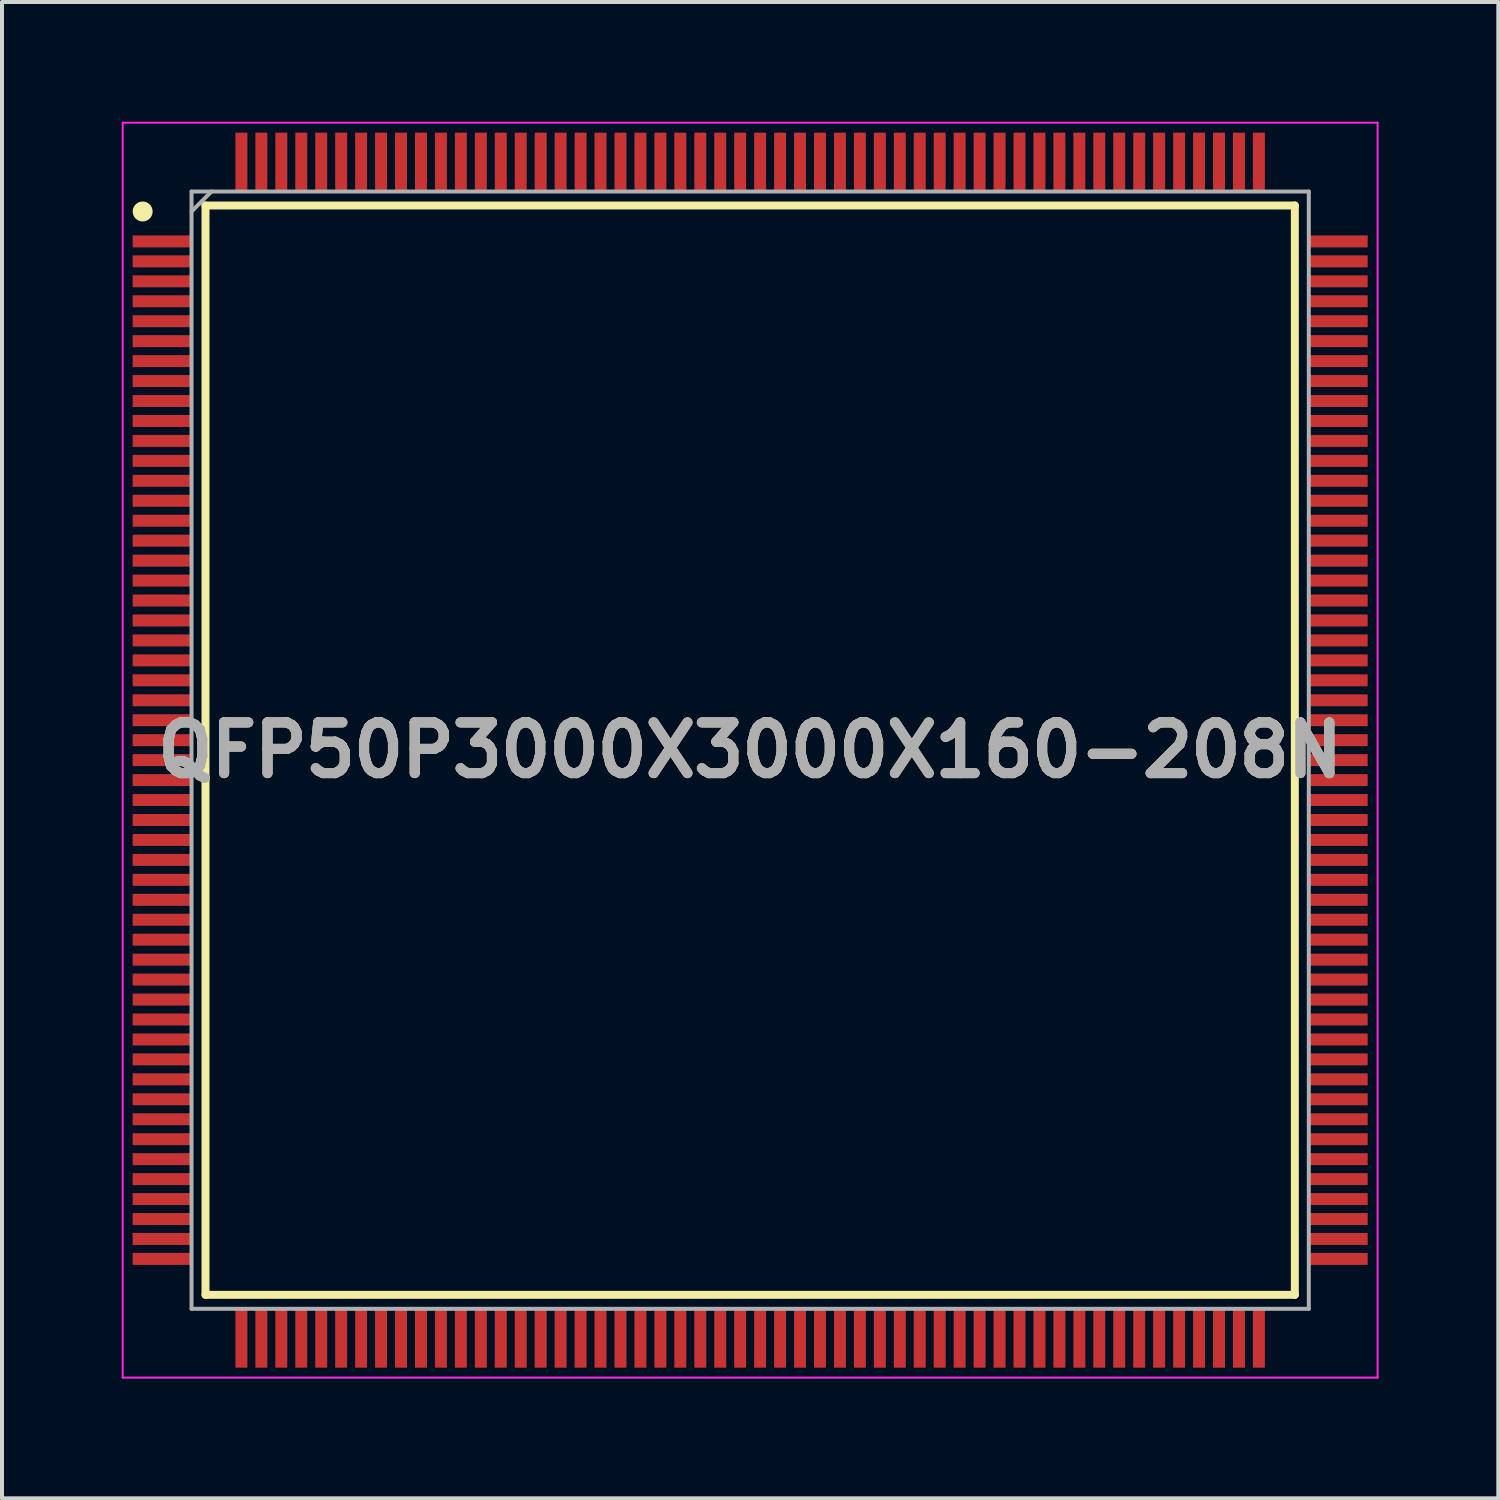
<source format=kicad_pcb>
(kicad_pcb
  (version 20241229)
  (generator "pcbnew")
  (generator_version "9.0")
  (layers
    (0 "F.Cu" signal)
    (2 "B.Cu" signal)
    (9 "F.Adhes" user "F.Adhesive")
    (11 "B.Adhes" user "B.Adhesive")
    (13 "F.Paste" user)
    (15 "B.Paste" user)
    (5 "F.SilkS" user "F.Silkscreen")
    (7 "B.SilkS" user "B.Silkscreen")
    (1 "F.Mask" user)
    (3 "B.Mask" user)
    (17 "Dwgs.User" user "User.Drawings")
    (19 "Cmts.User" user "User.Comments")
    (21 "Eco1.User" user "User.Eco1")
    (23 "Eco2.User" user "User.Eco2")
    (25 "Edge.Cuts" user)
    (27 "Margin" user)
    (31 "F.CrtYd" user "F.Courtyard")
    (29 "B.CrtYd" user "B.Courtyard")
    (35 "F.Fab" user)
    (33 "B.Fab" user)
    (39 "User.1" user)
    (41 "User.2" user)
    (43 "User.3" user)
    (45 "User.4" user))
  (footprint "QFP50P3000X3000X160-208N"
    (layer "F.Cu")
    (at 15.75 15.75)
    (property "Reference" "QFP50P3000X3000X160-208N" (at 0 0 0) (layer "F.SilkS") (effects (font (size 1.27 1.27) (thickness 0.254))))
    (attr smd)
    (fp_line (start -13.65 -13.65) (end 13.65 -13.65) (stroke (width 0.2) (type solid)) (layer "F.SilkS"))
    (fp_line (start -13.65 13.65) (end -13.65 -13.65) (stroke (width 0.2) (type solid)) (layer "F.SilkS"))
    (fp_line (start 13.65 -13.65) (end 13.65 13.65) (stroke (width 0.2) (type solid)) (layer "F.SilkS"))
    (fp_line (start 13.65 13.65) (end -13.65 13.65) (stroke (width 0.2) (type solid)) (layer "F.SilkS"))
    (fp_circle (center -15.225 -13.5) (end -15.225 -13.375) (stroke (width 0.25) (type solid)) (fill no) (layer "F.SilkS"))
    (fp_line (start -15.725 -15.725) (end 15.725 -15.725) (stroke (width 0.05) (type solid)) (layer "F.CrtYd"))
    (fp_line (start -15.725 15.725) (end -15.725 -15.725) (stroke (width 0.05) (type solid)) (layer "F.CrtYd"))
    (fp_line (start 15.725 -15.725) (end 15.725 15.725) (stroke (width 0.05) (type solid)) (layer "F.CrtYd"))
    (fp_line (start 15.725 15.725) (end -15.725 15.725) (stroke (width 0.05) (type solid)) (layer "F.CrtYd"))
    (fp_line (start -14 -14) (end 14 -14) (stroke (width 0.1) (type solid)) (layer "F.Fab"))
    (fp_line (start -14 -13.5) (end -13.5 -14) (stroke (width 0.1) (type solid)) (layer "F.Fab"))
    (fp_line (start -14 14) (end -14 -14) (stroke (width 0.1) (type solid)) (layer "F.Fab"))
    (fp_line (start 14 -14) (end 14 14) (stroke (width 0.1) (type solid)) (layer "F.Fab"))
    (fp_line (start 14 14) (end -14 14) (stroke (width 0.1) (type solid)) (layer "F.Fab"))
    (fp_text user "${REFERENCE}" (at 0 0 0) (layer "F.Fab") (effects (font (size 1.27 1.27) (thickness 0.254))))
    (pad "1" smd rect (at -14.738 -12.75 90) (size 0.3 1.475) (layers "F.Cu" "F.Mask" "F.Paste"))
    (pad "2" smd rect (at -14.738 -12.25 90) (size 0.3 1.475) (layers "F.Cu" "F.Mask" "F.Paste"))
    (pad "3" smd rect (at -14.738 -11.75 90) (size 0.3 1.475) (layers "F.Cu" "F.Mask" "F.Paste"))
    (pad "4" smd rect (at -14.738 -11.25 90) (size 0.3 1.475) (layers "F.Cu" "F.Mask" "F.Paste"))
    (pad "5" smd rect (at -14.738 -10.75 90) (size 0.3 1.475) (layers "F.Cu" "F.Mask" "F.Paste"))
    (pad "6" smd rect (at -14.738 -10.25 90) (size 0.3 1.475) (layers "F.Cu" "F.Mask" "F.Paste"))
    (pad "7" smd rect (at -14.738 -9.75 90) (size 0.3 1.475) (layers "F.Cu" "F.Mask" "F.Paste"))
    (pad "8" smd rect (at -14.738 -9.25 90) (size 0.3 1.475) (layers "F.Cu" "F.Mask" "F.Paste"))
    (pad "9" smd rect (at -14.738 -8.75 90) (size 0.3 1.475) (layers "F.Cu" "F.Mask" "F.Paste"))
    (pad "10" smd rect (at -14.738 -8.25 90) (size 0.3 1.475) (layers "F.Cu" "F.Mask" "F.Paste"))
    (pad "11" smd rect (at -14.738 -7.75 90) (size 0.3 1.475) (layers "F.Cu" "F.Mask" "F.Paste"))
    (pad "12" smd rect (at -14.738 -7.25 90) (size 0.3 1.475) (layers "F.Cu" "F.Mask" "F.Paste"))
    (pad "13" smd rect (at -14.738 -6.75 90) (size 0.3 1.475) (layers "F.Cu" "F.Mask" "F.Paste"))
    (pad "14" smd rect (at -14.738 -6.25 90) (size 0.3 1.475) (layers "F.Cu" "F.Mask" "F.Paste"))
    (pad "15" smd rect (at -14.738 -5.75 90) (size 0.3 1.475) (layers "F.Cu" "F.Mask" "F.Paste"))
    (pad "16" smd rect (at -14.738 -5.25 90) (size 0.3 1.475) (layers "F.Cu" "F.Mask" "F.Paste"))
    (pad "17" smd rect (at -14.738 -4.75 90) (size 0.3 1.475) (layers "F.Cu" "F.Mask" "F.Paste"))
    (pad "18" smd rect (at -14.738 -4.25 90) (size 0.3 1.475) (layers "F.Cu" "F.Mask" "F.Paste"))
    (pad "19" smd rect (at -14.738 -3.75 90) (size 0.3 1.475) (layers "F.Cu" "F.Mask" "F.Paste"))
    (pad "20" smd rect (at -14.738 -3.25 90) (size 0.3 1.475) (layers "F.Cu" "F.Mask" "F.Paste"))
    (pad "21" smd rect (at -14.738 -2.75 90) (size 0.3 1.475) (layers "F.Cu" "F.Mask" "F.Paste"))
    (pad "22" smd rect (at -14.738 -2.25 90) (size 0.3 1.475) (layers "F.Cu" "F.Mask" "F.Paste"))
    (pad "23" smd rect (at -14.738 -1.75 90) (size 0.3 1.475) (layers "F.Cu" "F.Mask" "F.Paste"))
    (pad "24" smd rect (at -14.738 -1.25 90) (size 0.3 1.475) (layers "F.Cu" "F.Mask" "F.Paste"))
    (pad "25" smd rect (at -14.738 -0.75 90) (size 0.3 1.475) (layers "F.Cu" "F.Mask" "F.Paste"))
    (pad "26" smd rect (at -14.738 -0.25 90) (size 0.3 1.475) (layers "F.Cu" "F.Mask" "F.Paste"))
    (pad "27" smd rect (at -14.738 0.25 90) (size 0.3 1.475) (layers "F.Cu" "F.Mask" "F.Paste"))
    (pad "28" smd rect (at -14.738 0.75 90) (size 0.3 1.475) (layers "F.Cu" "F.Mask" "F.Paste"))
    (pad "29" smd rect (at -14.738 1.25 90) (size 0.3 1.475) (layers "F.Cu" "F.Mask" "F.Paste"))
    (pad "30" smd rect (at -14.738 1.75 90) (size 0.3 1.475) (layers "F.Cu" "F.Mask" "F.Paste"))
    (pad "31" smd rect (at -14.738 2.25 90) (size 0.3 1.475) (layers "F.Cu" "F.Mask" "F.Paste"))
    (pad "32" smd rect (at -14.738 2.75 90) (size 0.3 1.475) (layers "F.Cu" "F.Mask" "F.Paste"))
    (pad "33" smd rect (at -14.738 3.25 90) (size 0.3 1.475) (layers "F.Cu" "F.Mask" "F.Paste"))
    (pad "34" smd rect (at -14.738 3.75 90) (size 0.3 1.475) (layers "F.Cu" "F.Mask" "F.Paste"))
    (pad "35" smd rect (at -14.738 4.25 90) (size 0.3 1.475) (layers "F.Cu" "F.Mask" "F.Paste"))
    (pad "36" smd rect (at -14.738 4.75 90) (size 0.3 1.475) (layers "F.Cu" "F.Mask" "F.Paste"))
    (pad "37" smd rect (at -14.738 5.25 90) (size 0.3 1.475) (layers "F.Cu" "F.Mask" "F.Paste"))
    (pad "38" smd rect (at -14.738 5.75 90) (size 0.3 1.475) (layers "F.Cu" "F.Mask" "F.Paste"))
    (pad "39" smd rect (at -14.738 6.25 90) (size 0.3 1.475) (layers "F.Cu" "F.Mask" "F.Paste"))
    (pad "40" smd rect (at -14.738 6.75 90) (size 0.3 1.475) (layers "F.Cu" "F.Mask" "F.Paste"))
    (pad "41" smd rect (at -14.738 7.25 90) (size 0.3 1.475) (layers "F.Cu" "F.Mask" "F.Paste"))
    (pad "42" smd rect (at -14.738 7.75 90) (size 0.3 1.475) (layers "F.Cu" "F.Mask" "F.Paste"))
    (pad "43" smd rect (at -14.738 8.25 90) (size 0.3 1.475) (layers "F.Cu" "F.Mask" "F.Paste"))
    (pad "44" smd rect (at -14.738 8.75 90) (size 0.3 1.475) (layers "F.Cu" "F.Mask" "F.Paste"))
    (pad "45" smd rect (at -14.738 9.25 90) (size 0.3 1.475) (layers "F.Cu" "F.Mask" "F.Paste"))
    (pad "46" smd rect (at -14.738 9.75 90) (size 0.3 1.475) (layers "F.Cu" "F.Mask" "F.Paste"))
    (pad "47" smd rect (at -14.738 10.25 90) (size 0.3 1.475) (layers "F.Cu" "F.Mask" "F.Paste"))
    (pad "48" smd rect (at -14.738 10.75 90) (size 0.3 1.475) (layers "F.Cu" "F.Mask" "F.Paste"))
    (pad "49" smd rect (at -14.738 11.25 90) (size 0.3 1.475) (layers "F.Cu" "F.Mask" "F.Paste"))
    (pad "50" smd rect (at -14.738 11.75 90) (size 0.3 1.475) (layers "F.Cu" "F.Mask" "F.Paste"))
    (pad "51" smd rect (at -14.738 12.25 90) (size 0.3 1.475) (layers "F.Cu" "F.Mask" "F.Paste"))
    (pad "52" smd rect (at -14.738 12.75 90) (size 0.3 1.475) (layers "F.Cu" "F.Mask" "F.Paste"))
    (pad "53" smd rect (at -12.75 14.738) (size 0.3 1.475) (layers "F.Cu" "F.Mask" "F.Paste"))
    (pad "54" smd rect (at -12.25 14.738) (size 0.3 1.475) (layers "F.Cu" "F.Mask" "F.Paste"))
    (pad "55" smd rect (at -11.75 14.738) (size 0.3 1.475) (layers "F.Cu" "F.Mask" "F.Paste"))
    (pad "56" smd rect (at -11.25 14.738) (size 0.3 1.475) (layers "F.Cu" "F.Mask" "F.Paste"))
    (pad "57" smd rect (at -10.75 14.738) (size 0.3 1.475) (layers "F.Cu" "F.Mask" "F.Paste"))
    (pad "58" smd rect (at -10.25 14.738) (size 0.3 1.475) (layers "F.Cu" "F.Mask" "F.Paste"))
    (pad "59" smd rect (at -9.75 14.738) (size 0.3 1.475) (layers "F.Cu" "F.Mask" "F.Paste"))
    (pad "60" smd rect (at -9.25 14.738) (size 0.3 1.475) (layers "F.Cu" "F.Mask" "F.Paste"))
    (pad "61" smd rect (at -8.75 14.738) (size 0.3 1.475) (layers "F.Cu" "F.Mask" "F.Paste"))
    (pad "62" smd rect (at -8.25 14.738) (size 0.3 1.475) (layers "F.Cu" "F.Mask" "F.Paste"))
    (pad "63" smd rect (at -7.75 14.738) (size 0.3 1.475) (layers "F.Cu" "F.Mask" "F.Paste"))
    (pad "64" smd rect (at -7.25 14.738) (size 0.3 1.475) (layers "F.Cu" "F.Mask" "F.Paste"))
    (pad "65" smd rect (at -6.75 14.738) (size 0.3 1.475) (layers "F.Cu" "F.Mask" "F.Paste"))
    (pad "66" smd rect (at -6.25 14.738) (size 0.3 1.475) (layers "F.Cu" "F.Mask" "F.Paste"))
    (pad "67" smd rect (at -5.75 14.738) (size 0.3 1.475) (layers "F.Cu" "F.Mask" "F.Paste"))
    (pad "68" smd rect (at -5.25 14.738) (size 0.3 1.475) (layers "F.Cu" "F.Mask" "F.Paste"))
    (pad "69" smd rect (at -4.75 14.738) (size 0.3 1.475) (layers "F.Cu" "F.Mask" "F.Paste"))
    (pad "70" smd rect (at -4.25 14.738) (size 0.3 1.475) (layers "F.Cu" "F.Mask" "F.Paste"))
    (pad "71" smd rect (at -3.75 14.738) (size 0.3 1.475) (layers "F.Cu" "F.Mask" "F.Paste"))
    (pad "72" smd rect (at -3.25 14.738) (size 0.3 1.475) (layers "F.Cu" "F.Mask" "F.Paste"))
    (pad "73" smd rect (at -2.75 14.738) (size 0.3 1.475) (layers "F.Cu" "F.Mask" "F.Paste"))
    (pad "74" smd rect (at -2.25 14.738) (size 0.3 1.475) (layers "F.Cu" "F.Mask" "F.Paste"))
    (pad "75" smd rect (at -1.75 14.738) (size 0.3 1.475) (layers "F.Cu" "F.Mask" "F.Paste"))
    (pad "76" smd rect (at -1.25 14.738) (size 0.3 1.475) (layers "F.Cu" "F.Mask" "F.Paste"))
    (pad "77" smd rect (at -0.75 14.738) (size 0.3 1.475) (layers "F.Cu" "F.Mask" "F.Paste"))
    (pad "78" smd rect (at -0.25 14.738) (size 0.3 1.475) (layers "F.Cu" "F.Mask" "F.Paste"))
    (pad "79" smd rect (at 0.25 14.738) (size 0.3 1.475) (layers "F.Cu" "F.Mask" "F.Paste"))
    (pad "80" smd rect (at 0.75 14.738) (size 0.3 1.475) (layers "F.Cu" "F.Mask" "F.Paste"))
    (pad "81" smd rect (at 1.25 14.738) (size 0.3 1.475) (layers "F.Cu" "F.Mask" "F.Paste"))
    (pad "82" smd rect (at 1.75 14.738) (size 0.3 1.475) (layers "F.Cu" "F.Mask" "F.Paste"))
    (pad "83" smd rect (at 2.25 14.738) (size 0.3 1.475) (layers "F.Cu" "F.Mask" "F.Paste"))
    (pad "84" smd rect (at 2.75 14.738) (size 0.3 1.475) (layers "F.Cu" "F.Mask" "F.Paste"))
    (pad "85" smd rect (at 3.25 14.738) (size 0.3 1.475) (layers "F.Cu" "F.Mask" "F.Paste"))
    (pad "86" smd rect (at 3.75 14.738) (size 0.3 1.475) (layers "F.Cu" "F.Mask" "F.Paste"))
    (pad "87" smd rect (at 4.25 14.738) (size 0.3 1.475) (layers "F.Cu" "F.Mask" "F.Paste"))
    (pad "88" smd rect (at 4.75 14.738) (size 0.3 1.475) (layers "F.Cu" "F.Mask" "F.Paste"))
    (pad "89" smd rect (at 5.25 14.738) (size 0.3 1.475) (layers "F.Cu" "F.Mask" "F.Paste"))
    (pad "90" smd rect (at 5.75 14.738) (size 0.3 1.475) (layers "F.Cu" "F.Mask" "F.Paste"))
    (pad "91" smd rect (at 6.25 14.738) (size 0.3 1.475) (layers "F.Cu" "F.Mask" "F.Paste"))
    (pad "92" smd rect (at 6.75 14.738) (size 0.3 1.475) (layers "F.Cu" "F.Mask" "F.Paste"))
    (pad "93" smd rect (at 7.25 14.738) (size 0.3 1.475) (layers "F.Cu" "F.Mask" "F.Paste"))
    (pad "94" smd rect (at 7.75 14.738) (size 0.3 1.475) (layers "F.Cu" "F.Mask" "F.Paste"))
    (pad "95" smd rect (at 8.25 14.738) (size 0.3 1.475) (layers "F.Cu" "F.Mask" "F.Paste"))
    (pad "96" smd rect (at 8.75 14.738) (size 0.3 1.475) (layers "F.Cu" "F.Mask" "F.Paste"))
    (pad "97" smd rect (at 9.25 14.738) (size 0.3 1.475) (layers "F.Cu" "F.Mask" "F.Paste"))
    (pad "98" smd rect (at 9.75 14.738) (size 0.3 1.475) (layers "F.Cu" "F.Mask" "F.Paste"))
    (pad "99" smd rect (at 10.25 14.738) (size 0.3 1.475) (layers "F.Cu" "F.Mask" "F.Paste"))
    (pad "100" smd rect (at 10.75 14.738) (size 0.3 1.475) (layers "F.Cu" "F.Mask" "F.Paste"))
    (pad "101" smd rect (at 11.25 14.738) (size 0.3 1.475) (layers "F.Cu" "F.Mask" "F.Paste"))
    (pad "102" smd rect (at 11.75 14.738) (size 0.3 1.475) (layers "F.Cu" "F.Mask" "F.Paste"))
    (pad "103" smd rect (at 12.25 14.738) (size 0.3 1.475) (layers "F.Cu" "F.Mask" "F.Paste"))
    (pad "104" smd rect (at 12.75 14.738) (size 0.3 1.475) (layers "F.Cu" "F.Mask" "F.Paste"))
    (pad "105" smd rect (at 14.738 12.75 90) (size 0.3 1.475) (layers "F.Cu" "F.Mask" "F.Paste"))
    (pad "106" smd rect (at 14.738 12.25 90) (size 0.3 1.475) (layers "F.Cu" "F.Mask" "F.Paste"))
    (pad "107" smd rect (at 14.738 11.75 90) (size 0.3 1.475) (layers "F.Cu" "F.Mask" "F.Paste"))
    (pad "108" smd rect (at 14.738 11.25 90) (size 0.3 1.475) (layers "F.Cu" "F.Mask" "F.Paste"))
    (pad "109" smd rect (at 14.738 10.75 90) (size 0.3 1.475) (layers "F.Cu" "F.Mask" "F.Paste"))
    (pad "110" smd rect (at 14.738 10.25 90) (size 0.3 1.475) (layers "F.Cu" "F.Mask" "F.Paste"))
    (pad "111" smd rect (at 14.738 9.75 90) (size 0.3 1.475) (layers "F.Cu" "F.Mask" "F.Paste"))
    (pad "112" smd rect (at 14.738 9.25 90) (size 0.3 1.475) (layers "F.Cu" "F.Mask" "F.Paste"))
    (pad "113" smd rect (at 14.738 8.75 90) (size 0.3 1.475) (layers "F.Cu" "F.Mask" "F.Paste"))
    (pad "114" smd rect (at 14.738 8.25 90) (size 0.3 1.475) (layers "F.Cu" "F.Mask" "F.Paste"))
    (pad "115" smd rect (at 14.738 7.75 90) (size 0.3 1.475) (layers "F.Cu" "F.Mask" "F.Paste"))
    (pad "116" smd rect (at 14.738 7.25 90) (size 0.3 1.475) (layers "F.Cu" "F.Mask" "F.Paste"))
    (pad "117" smd rect (at 14.738 6.75 90) (size 0.3 1.475) (layers "F.Cu" "F.Mask" "F.Paste"))
    (pad "118" smd rect (at 14.738 6.25 90) (size 0.3 1.475) (layers "F.Cu" "F.Mask" "F.Paste"))
    (pad "119" smd rect (at 14.738 5.75 90) (size 0.3 1.475) (layers "F.Cu" "F.Mask" "F.Paste"))
    (pad "120" smd rect (at 14.738 5.25 90) (size 0.3 1.475) (layers "F.Cu" "F.Mask" "F.Paste"))
    (pad "121" smd rect (at 14.738 4.75 90) (size 0.3 1.475) (layers "F.Cu" "F.Mask" "F.Paste"))
    (pad "122" smd rect (at 14.738 4.25 90) (size 0.3 1.475) (layers "F.Cu" "F.Mask" "F.Paste"))
    (pad "123" smd rect (at 14.738 3.75 90) (size 0.3 1.475) (layers "F.Cu" "F.Mask" "F.Paste"))
    (pad "124" smd rect (at 14.738 3.25 90) (size 0.3 1.475) (layers "F.Cu" "F.Mask" "F.Paste"))
    (pad "125" smd rect (at 14.738 2.75 90) (size 0.3 1.475) (layers "F.Cu" "F.Mask" "F.Paste"))
    (pad "126" smd rect (at 14.738 2.25 90) (size 0.3 1.475) (layers "F.Cu" "F.Mask" "F.Paste"))
    (pad "127" smd rect (at 14.738 1.75 90) (size 0.3 1.475) (layers "F.Cu" "F.Mask" "F.Paste"))
    (pad "128" smd rect (at 14.738 1.25 90) (size 0.3 1.475) (layers "F.Cu" "F.Mask" "F.Paste"))
    (pad "129" smd rect (at 14.738 0.75 90) (size 0.3 1.475) (layers "F.Cu" "F.Mask" "F.Paste"))
    (pad "130" smd rect (at 14.738 0.25 90) (size 0.3 1.475) (layers "F.Cu" "F.Mask" "F.Paste"))
    (pad "131" smd rect (at 14.738 -0.25 90) (size 0.3 1.475) (layers "F.Cu" "F.Mask" "F.Paste"))
    (pad "132" smd rect (at 14.738 -0.75 90) (size 0.3 1.475) (layers "F.Cu" "F.Mask" "F.Paste"))
    (pad "133" smd rect (at 14.738 -1.25 90) (size 0.3 1.475) (layers "F.Cu" "F.Mask" "F.Paste"))
    (pad "134" smd rect (at 14.738 -1.75 90) (size 0.3 1.475) (layers "F.Cu" "F.Mask" "F.Paste"))
    (pad "135" smd rect (at 14.738 -2.25 90) (size 0.3 1.475) (layers "F.Cu" "F.Mask" "F.Paste"))
    (pad "136" smd rect (at 14.738 -2.75 90) (size 0.3 1.475) (layers "F.Cu" "F.Mask" "F.Paste"))
    (pad "137" smd rect (at 14.738 -3.25 90) (size 0.3 1.475) (layers "F.Cu" "F.Mask" "F.Paste"))
    (pad "138" smd rect (at 14.738 -3.75 90) (size 0.3 1.475) (layers "F.Cu" "F.Mask" "F.Paste"))
    (pad "139" smd rect (at 14.738 -4.25 90) (size 0.3 1.475) (layers "F.Cu" "F.Mask" "F.Paste"))
    (pad "140" smd rect (at 14.738 -4.75 90) (size 0.3 1.475) (layers "F.Cu" "F.Mask" "F.Paste"))
    (pad "141" smd rect (at 14.738 -5.25 90) (size 0.3 1.475) (layers "F.Cu" "F.Mask" "F.Paste"))
    (pad "142" smd rect (at 14.738 -5.75 90) (size 0.3 1.475) (layers "F.Cu" "F.Mask" "F.Paste"))
    (pad "143" smd rect (at 14.738 -6.25 90) (size 0.3 1.475) (layers "F.Cu" "F.Mask" "F.Paste"))
    (pad "144" smd rect (at 14.738 -6.75 90) (size 0.3 1.475) (layers "F.Cu" "F.Mask" "F.Paste"))
    (pad "145" smd rect (at 14.738 -7.25 90) (size 0.3 1.475) (layers "F.Cu" "F.Mask" "F.Paste"))
    (pad "146" smd rect (at 14.738 -7.75 90) (size 0.3 1.475) (layers "F.Cu" "F.Mask" "F.Paste"))
    (pad "147" smd rect (at 14.738 -8.25 90) (size 0.3 1.475) (layers "F.Cu" "F.Mask" "F.Paste"))
    (pad "148" smd rect (at 14.738 -8.75 90) (size 0.3 1.475) (layers "F.Cu" "F.Mask" "F.Paste"))
    (pad "149" smd rect (at 14.738 -9.25 90) (size 0.3 1.475) (layers "F.Cu" "F.Mask" "F.Paste"))
    (pad "150" smd rect (at 14.738 -9.75 90) (size 0.3 1.475) (layers "F.Cu" "F.Mask" "F.Paste"))
    (pad "151" smd rect (at 14.738 -10.25 90) (size 0.3 1.475) (layers "F.Cu" "F.Mask" "F.Paste"))
    (pad "152" smd rect (at 14.738 -10.75 90) (size 0.3 1.475) (layers "F.Cu" "F.Mask" "F.Paste"))
    (pad "153" smd rect (at 14.738 -11.25 90) (size 0.3 1.475) (layers "F.Cu" "F.Mask" "F.Paste"))
    (pad "154" smd rect (at 14.738 -11.75 90) (size 0.3 1.475) (layers "F.Cu" "F.Mask" "F.Paste"))
    (pad "155" smd rect (at 14.738 -12.25 90) (size 0.3 1.475) (layers "F.Cu" "F.Mask" "F.Paste"))
    (pad "156" smd rect (at 14.738 -12.75 90) (size 0.3 1.475) (layers "F.Cu" "F.Mask" "F.Paste"))
    (pad "157" smd rect (at 12.75 -14.738) (size 0.3 1.475) (layers "F.Cu" "F.Mask" "F.Paste"))
    (pad "158" smd rect (at 12.25 -14.738) (size 0.3 1.475) (layers "F.Cu" "F.Mask" "F.Paste"))
    (pad "159" smd rect (at 11.75 -14.738) (size 0.3 1.475) (layers "F.Cu" "F.Mask" "F.Paste"))
    (pad "160" smd rect (at 11.25 -14.738) (size 0.3 1.475) (layers "F.Cu" "F.Mask" "F.Paste"))
    (pad "161" smd rect (at 10.75 -14.738) (size 0.3 1.475) (layers "F.Cu" "F.Mask" "F.Paste"))
    (pad "162" smd rect (at 10.25 -14.738) (size 0.3 1.475) (layers "F.Cu" "F.Mask" "F.Paste"))
    (pad "163" smd rect (at 9.75 -14.738) (size 0.3 1.475) (layers "F.Cu" "F.Mask" "F.Paste"))
    (pad "164" smd rect (at 9.25 -14.738) (size 0.3 1.475) (layers "F.Cu" "F.Mask" "F.Paste"))
    (pad "165" smd rect (at 8.75 -14.738) (size 0.3 1.475) (layers "F.Cu" "F.Mask" "F.Paste"))
    (pad "166" smd rect (at 8.25 -14.738) (size 0.3 1.475) (layers "F.Cu" "F.Mask" "F.Paste"))
    (pad "167" smd rect (at 7.75 -14.738) (size 0.3 1.475) (layers "F.Cu" "F.Mask" "F.Paste"))
    (pad "168" smd rect (at 7.25 -14.738) (size 0.3 1.475) (layers "F.Cu" "F.Mask" "F.Paste"))
    (pad "169" smd rect (at 6.75 -14.738) (size 0.3 1.475) (layers "F.Cu" "F.Mask" "F.Paste"))
    (pad "170" smd rect (at 6.25 -14.738) (size 0.3 1.475) (layers "F.Cu" "F.Mask" "F.Paste"))
    (pad "171" smd rect (at 5.75 -14.738) (size 0.3 1.475) (layers "F.Cu" "F.Mask" "F.Paste"))
    (pad "172" smd rect (at 5.25 -14.738) (size 0.3 1.475) (layers "F.Cu" "F.Mask" "F.Paste"))
    (pad "173" smd rect (at 4.75 -14.738) (size 0.3 1.475) (layers "F.Cu" "F.Mask" "F.Paste"))
    (pad "174" smd rect (at 4.25 -14.738) (size 0.3 1.475) (layers "F.Cu" "F.Mask" "F.Paste"))
    (pad "175" smd rect (at 3.75 -14.738) (size 0.3 1.475) (layers "F.Cu" "F.Mask" "F.Paste"))
    (pad "176" smd rect (at 3.25 -14.738) (size 0.3 1.475) (layers "F.Cu" "F.Mask" "F.Paste"))
    (pad "177" smd rect (at 2.75 -14.738) (size 0.3 1.475) (layers "F.Cu" "F.Mask" "F.Paste"))
    (pad "178" smd rect (at 2.25 -14.738) (size 0.3 1.475) (layers "F.Cu" "F.Mask" "F.Paste"))
    (pad "179" smd rect (at 1.75 -14.738) (size 0.3 1.475) (layers "F.Cu" "F.Mask" "F.Paste"))
    (pad "180" smd rect (at 1.25 -14.738) (size 0.3 1.475) (layers "F.Cu" "F.Mask" "F.Paste"))
    (pad "181" smd rect (at 0.75 -14.738) (size 0.3 1.475) (layers "F.Cu" "F.Mask" "F.Paste"))
    (pad "182" smd rect (at 0.25 -14.738) (size 0.3 1.475) (layers "F.Cu" "F.Mask" "F.Paste"))
    (pad "183" smd rect (at -0.25 -14.738) (size 0.3 1.475) (layers "F.Cu" "F.Mask" "F.Paste"))
    (pad "184" smd rect (at -0.75 -14.738) (size 0.3 1.475) (layers "F.Cu" "F.Mask" "F.Paste"))
    (pad "185" smd rect (at -1.25 -14.738) (size 0.3 1.475) (layers "F.Cu" "F.Mask" "F.Paste"))
    (pad "186" smd rect (at -1.75 -14.738) (size 0.3 1.475) (layers "F.Cu" "F.Mask" "F.Paste"))
    (pad "187" smd rect (at -2.25 -14.738) (size 0.3 1.475) (layers "F.Cu" "F.Mask" "F.Paste"))
    (pad "188" smd rect (at -2.75 -14.738) (size 0.3 1.475) (layers "F.Cu" "F.Mask" "F.Paste"))
    (pad "189" smd rect (at -3.25 -14.738) (size 0.3 1.475) (layers "F.Cu" "F.Mask" "F.Paste"))
    (pad "190" smd rect (at -3.75 -14.738) (size 0.3 1.475) (layers "F.Cu" "F.Mask" "F.Paste"))
    (pad "191" smd rect (at -4.25 -14.738) (size 0.3 1.475) (layers "F.Cu" "F.Mask" "F.Paste"))
    (pad "192" smd rect (at -4.75 -14.738) (size 0.3 1.475) (layers "F.Cu" "F.Mask" "F.Paste"))
    (pad "193" smd rect (at -5.25 -14.738) (size 0.3 1.475) (layers "F.Cu" "F.Mask" "F.Paste"))
    (pad "194" smd rect (at -5.75 -14.738) (size 0.3 1.475) (layers "F.Cu" "F.Mask" "F.Paste"))
    (pad "195" smd rect (at -6.25 -14.738) (size 0.3 1.475) (layers "F.Cu" "F.Mask" "F.Paste"))
    (pad "196" smd rect (at -6.75 -14.738) (size 0.3 1.475) (layers "F.Cu" "F.Mask" "F.Paste"))
    (pad "197" smd rect (at -7.25 -14.738) (size 0.3 1.475) (layers "F.Cu" "F.Mask" "F.Paste"))
    (pad "198" smd rect (at -7.75 -14.738) (size 0.3 1.475) (layers "F.Cu" "F.Mask" "F.Paste"))
    (pad "199" smd rect (at -8.25 -14.738) (size 0.3 1.475) (layers "F.Cu" "F.Mask" "F.Paste"))
    (pad "200" smd rect (at -8.75 -14.738) (size 0.3 1.475) (layers "F.Cu" "F.Mask" "F.Paste"))
    (pad "201" smd rect (at -9.25 -14.738) (size 0.3 1.475) (layers "F.Cu" "F.Mask" "F.Paste"))
    (pad "202" smd rect (at -9.75 -14.738) (size 0.3 1.475) (layers "F.Cu" "F.Mask" "F.Paste"))
    (pad "203" smd rect (at -10.25 -14.738) (size 0.3 1.475) (layers "F.Cu" "F.Mask" "F.Paste"))
    (pad "204" smd rect (at -10.75 -14.738) (size 0.3 1.475) (layers "F.Cu" "F.Mask" "F.Paste"))
    (pad "205" smd rect (at -11.25 -14.738) (size 0.3 1.475) (layers "F.Cu" "F.Mask" "F.Paste"))
    (pad "206" smd rect (at -11.75 -14.738) (size 0.3 1.475) (layers "F.Cu" "F.Mask" "F.Paste"))
    (pad "207" smd rect (at -12.25 -14.738) (size 0.3 1.475) (layers "F.Cu" "F.Mask" "F.Paste"))
    (pad "208" smd rect (at -12.75 -14.738) (size 0.3 1.475) (layers "F.Cu" "F.Mask" "F.Paste")))
  (gr_rect
    (start -3 -3)
    (end 34.5 34.5)
    (stroke (width 0.1) (type default))
    (fill no)
    (layer "Edge.Cuts")))
</source>
